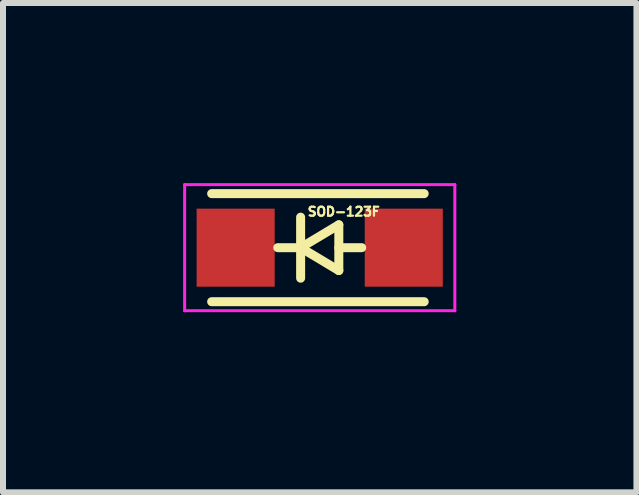
<source format=kicad_pcb>
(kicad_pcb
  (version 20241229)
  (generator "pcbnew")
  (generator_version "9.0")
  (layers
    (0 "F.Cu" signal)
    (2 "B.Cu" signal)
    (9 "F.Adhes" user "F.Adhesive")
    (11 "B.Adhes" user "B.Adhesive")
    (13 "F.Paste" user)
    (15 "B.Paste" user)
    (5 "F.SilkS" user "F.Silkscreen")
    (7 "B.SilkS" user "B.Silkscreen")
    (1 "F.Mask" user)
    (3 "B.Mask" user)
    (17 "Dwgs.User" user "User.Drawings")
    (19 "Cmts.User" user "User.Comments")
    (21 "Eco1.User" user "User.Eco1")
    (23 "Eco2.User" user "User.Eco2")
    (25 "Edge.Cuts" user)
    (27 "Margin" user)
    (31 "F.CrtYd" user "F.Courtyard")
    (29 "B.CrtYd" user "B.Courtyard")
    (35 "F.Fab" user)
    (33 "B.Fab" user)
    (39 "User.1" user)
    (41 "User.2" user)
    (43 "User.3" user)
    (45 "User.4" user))
  (footprint "SOD-123F"
    (layer "F.Cu")
    (at 2.275 1.075)
    (property "Reference" "SOD-123F" (at 0.4 -0.6 0) (layer "F.SilkS") (effects (font (size 0.15 0.15) (thickness 0.037))))
    (attr smd)
    (fp_line (start -1.8 -0.9) (end 1.74 -0.9) (stroke (width 0.15) (type solid)) (layer "F.SilkS"))
    (fp_line (start -1.8 0.9) (end 1.74 0.9) (stroke (width 0.15) (type solid)) (layer "F.SilkS"))
    (fp_line (start -0.699 0) (end -0.318 0) (stroke (width 0.15) (type solid)) (layer "F.SilkS"))
    (fp_line (start -0.318 -0.508) (end -0.318 0.508) (stroke (width 0.15) (type solid)) (layer "F.SilkS"))
    (fp_line (start -0.318 0) (end 0.318 -0.381) (stroke (width 0.15) (type solid)) (layer "F.SilkS"))
    (fp_line (start 0.318 -0.381) (end 0.318 0.381) (stroke (width 0.15) (type solid)) (layer "F.SilkS"))
    (fp_line (start 0.318 0) (end 0.699 0) (stroke (width 0.15) (type solid)) (layer "F.SilkS"))
    (fp_line (start 0.318 0.381) (end -0.318 0) (stroke (width 0.15) (type solid)) (layer "F.SilkS"))
    (fp_line (start -2.25 -1.05) (end -2.25 1.05) (stroke (width 0.05) (type solid)) (layer "F.CrtYd"))
    (fp_line (start -2.25 -1.05) (end 2.25 -1.05) (stroke (width 0.05) (type solid)) (layer "F.CrtYd"))
    (fp_line (start 2.25 -1.05) (end 2.25 1.05) (stroke (width 0.05) (type solid)) (layer "F.CrtYd"))
    (fp_line (start 2.25 1.05) (end -2.25 1.05) (stroke (width 0.05) (type solid)) (layer "F.CrtYd"))
    (pad "1" smd rect (at -1.4 0) (size 1.3 1.3) (layers "F.Cu" "F.Mask" "F.Paste"))
    (pad "2" smd rect (at 1.4 0) (size 1.3 1.3) (layers "F.Cu" "F.Mask" "F.Paste")))
  (gr_rect
    (start -3 -3)
    (end 7.55 5.15)
    (stroke (width 0.1) (type default))
    (fill no)
    (layer "Edge.Cuts")))
</source>
